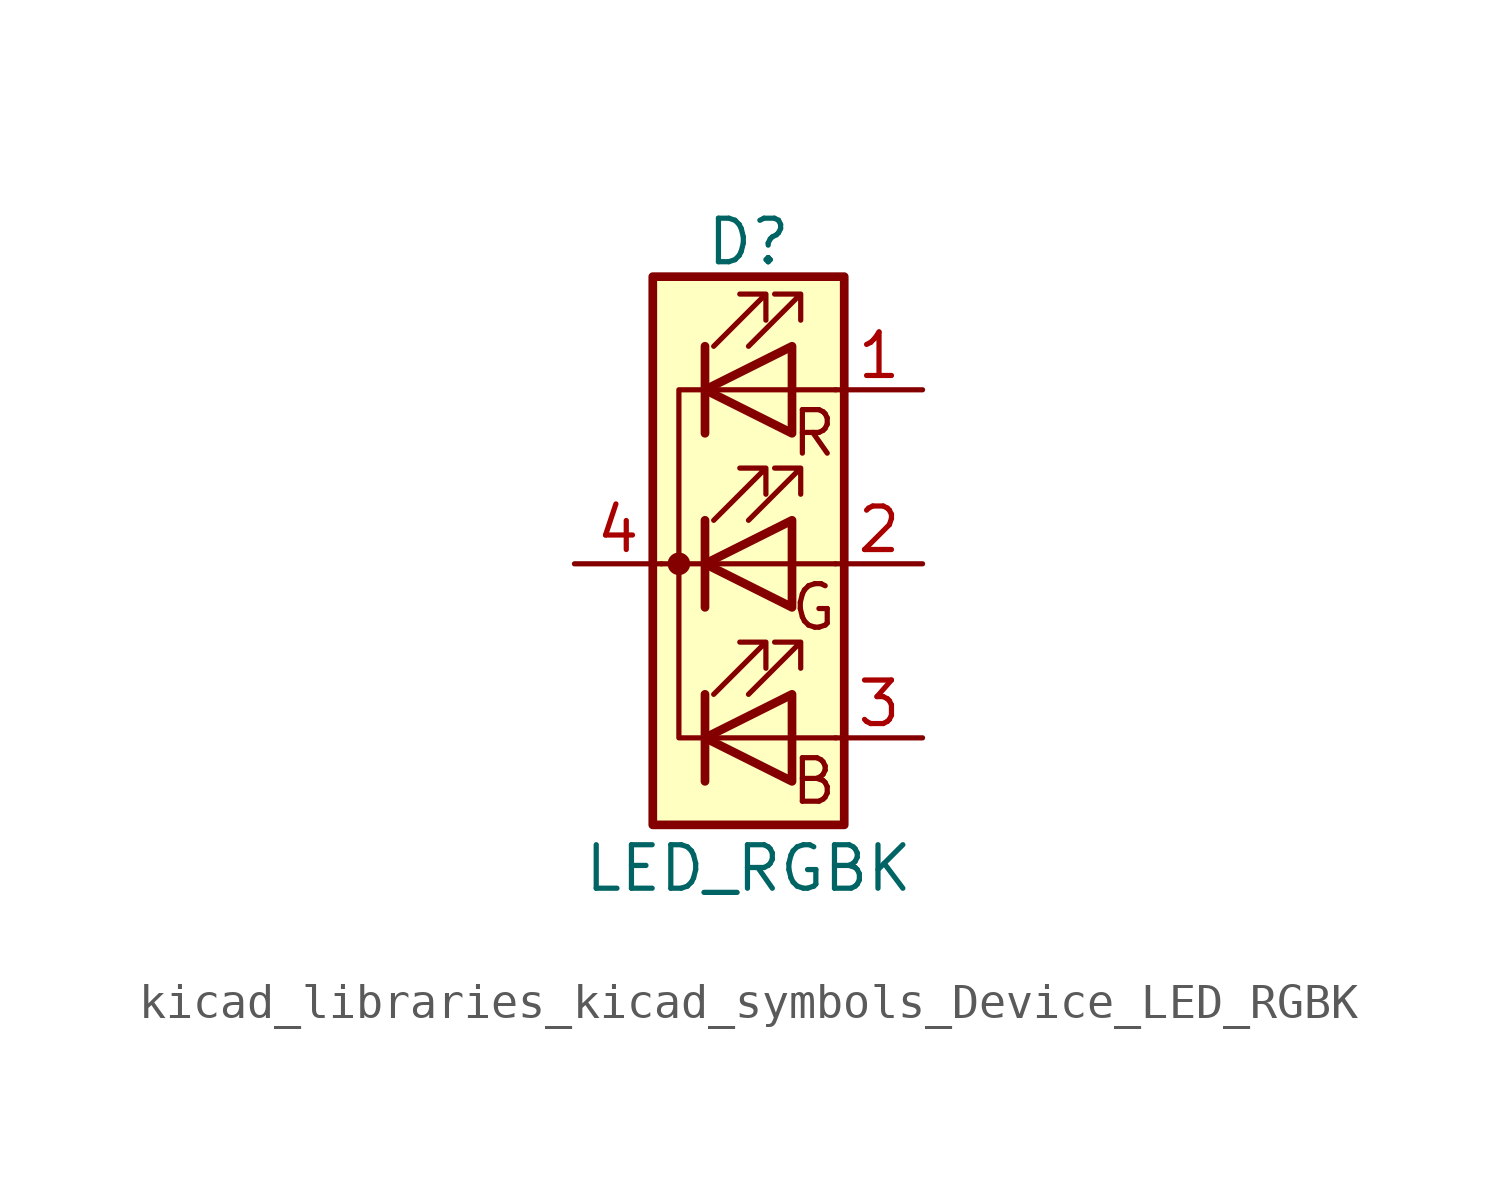
<source format=kicad_sym>
(kicad_symbol_lib
  (version 20220914)
  (generator kicad_symbol_editor)
  (symbol "kicad_libraries_kicad_symbols_Device_LED_RGBK"
    (pin_names
      (offset 0) hide)
    (property "Reference" "D"
      (at 0 9.398 0)
      (effects (font (size 1.27 1.27))))
    (property "Value" "LED_RGBK"
      (at 0 -8.89 0)
      (effects (font (size 1.27 1.27))))
    (symbol "kicad_libraries_kicad_symbols_Device_LED_RGBK_0_0"
      (text "B" (at 1.905 -6.35 0) (effects (font (size 1.27 1.27))))
      (text "G" (at 1.905 -1.27 0) (effects (font (size 1.27 1.27))))
      (text "R" (at 1.905 3.81 0) (effects (font (size 1.27 1.27)))))
    (symbol "kicad_libraries_kicad_symbols_Device_LED_RGBK_0_1"
      (circle (center -2.032 0) (radius 0.254) (stroke (width 0) (type default)) (fill (type outline)))
      (polyline (pts (xy -1.27 -5.08) (xy 1.27 -5.08)) (stroke (width 0) (type default)) (fill (type none)))
      (polyline (pts (xy -1.27 -3.81) (xy -1.27 -6.35)) (stroke (width 0.254) (type default)) (fill (type none)))
      (polyline (pts (xy -1.27 0) (xy -2.54 0)) (stroke (width 0) (type default)) (fill (type none)))
      (polyline (pts (xy -1.27 1.27) (xy -1.27 -1.27)) (stroke (width 0.254) (type default)) (fill (type none)))
      (polyline (pts (xy -1.27 5.08) (xy 1.27 5.08)) (stroke (width 0) (type default)) (fill (type none)))
      (polyline (pts (xy -1.27 6.35) (xy -1.27 3.81)) (stroke (width 0.254) (type default)) (fill (type none)))
      (polyline (pts (xy 1.27 -5.08) (xy 2.54 -5.08)) (stroke (width 0) (type default)) (fill (type none)))
      (polyline (pts (xy 1.27 0) (xy -1.27 0)) (stroke (width 0) (type default)) (fill (type none)))
      (polyline (pts (xy 1.27 0) (xy 2.54 0)) (stroke (width 0) (type default)) (fill (type none)))
      (polyline (pts (xy 1.27 5.08) (xy 2.54 5.08)) (stroke (width 0) (type default)) (fill (type none)))
      (polyline (pts (xy -1.27 1.27) (xy -1.27 -1.27) (xy -1.27 -1.27)) (stroke (width 0) (type default)) (fill (type none)))
      (polyline (pts (xy -1.27 6.35) (xy -1.27 3.81) (xy -1.27 3.81)) (stroke (width 0) (type default)) (fill (type none)))
      (polyline (pts (xy -1.27 5.08) (xy -2.032 5.08) (xy -2.032 -5.08) (xy -1.016 -5.08)) (stroke (width 0) (type default)) (fill (type none)))
      (polyline (pts (xy 1.27 -3.81) (xy 1.27 -6.35) (xy -1.27 -5.08) (xy 1.27 -3.81)) (stroke (width 0.254) (type default)) (fill (type none)))
      (polyline (pts (xy 1.27 1.27) (xy 1.27 -1.27) (xy -1.27 0) (xy 1.27 1.27)) (stroke (width 0.254) (type default)) (fill (type none)))
      (polyline (pts (xy 1.27 6.35) (xy 1.27 3.81) (xy -1.27 5.08) (xy 1.27 6.35)) (stroke (width 0.254) (type default)) (fill (type none)))
      (polyline (pts (xy -1.016 -3.81) (xy 0.508 -2.286) (xy -0.254 -2.286) (xy 0.508 -2.286) (xy 0.508 -3.048)) (stroke (width 0) (type default)) (fill (type none)))
      (polyline (pts (xy -1.016 1.27) (xy 0.508 2.794) (xy -0.254 2.794) (xy 0.508 2.794) (xy 0.508 2.032)) (stroke (width 0) (type default)) (fill (type none)))
      (polyline (pts (xy -1.016 6.35) (xy 0.508 7.874) (xy -0.254 7.874) (xy 0.508 7.874) (xy 0.508 7.112)) (stroke (width 0) (type default)) (fill (type none)))
      (polyline (pts (xy 0 -3.81) (xy 1.524 -2.286) (xy 0.762 -2.286) (xy 1.524 -2.286) (xy 1.524 -3.048)) (stroke (width 0) (type default)) (fill (type none)))
      (polyline (pts (xy 0 1.27) (xy 1.524 2.794) (xy 0.762 2.794) (xy 1.524 2.794) (xy 1.524 2.032)) (stroke (width 0) (type default)) (fill (type none)))
      (polyline (pts (xy 0 6.35) (xy 1.524 7.874) (xy 0.762 7.874) (xy 1.524 7.874) (xy 1.524 7.112)) (stroke (width 0) (type default)) (fill (type none)))
      (rectangle (start 1.27 -1.27) (end 1.27 1.27) (stroke (width 0) (type default)) (fill (type none)))
      (rectangle (start 1.27 1.27) (end 1.27 1.27) (stroke (width 0) (type default)) (fill (type none)))
      (rectangle (start 1.27 3.81) (end 1.27 6.35) (stroke (width 0) (type default)) (fill (type none)))
      (rectangle (start 1.27 6.35) (end 1.27 6.35) (stroke (width 0) (type default)) (fill (type none)))
      (rectangle (start 2.794 8.382) (end -2.794 -7.62) (stroke (width 0.254) (type default)) (fill (type background))))
    (symbol "kicad_libraries_kicad_symbols_Device_LED_RGBK_1_1"
      (pin passive line (at 5.08 5.08 180) (length 2.54) (name "RA" (effects (font (size 1.27 1.27)))) (number "1" (effects (font (size 1.27 1.27)))))
      (pin passive line (at 5.08 0 180) (length 2.54) (name "GA" (effects (font (size 1.27 1.27)))) (number "2" (effects (font (size 1.27 1.27)))))
      (pin passive line (at 5.08 -5.08 180) (length 2.54) (name "BA" (effects (font (size 1.27 1.27)))) (number "3" (effects (font (size 1.27 1.27)))))
      (pin passive line (at -5.08 0 0) (length 2.54) (name "K" (effects (font (size 1.27 1.27)))) (number "4" (effects (font (size 1.27 1.27))))))))
</source>
